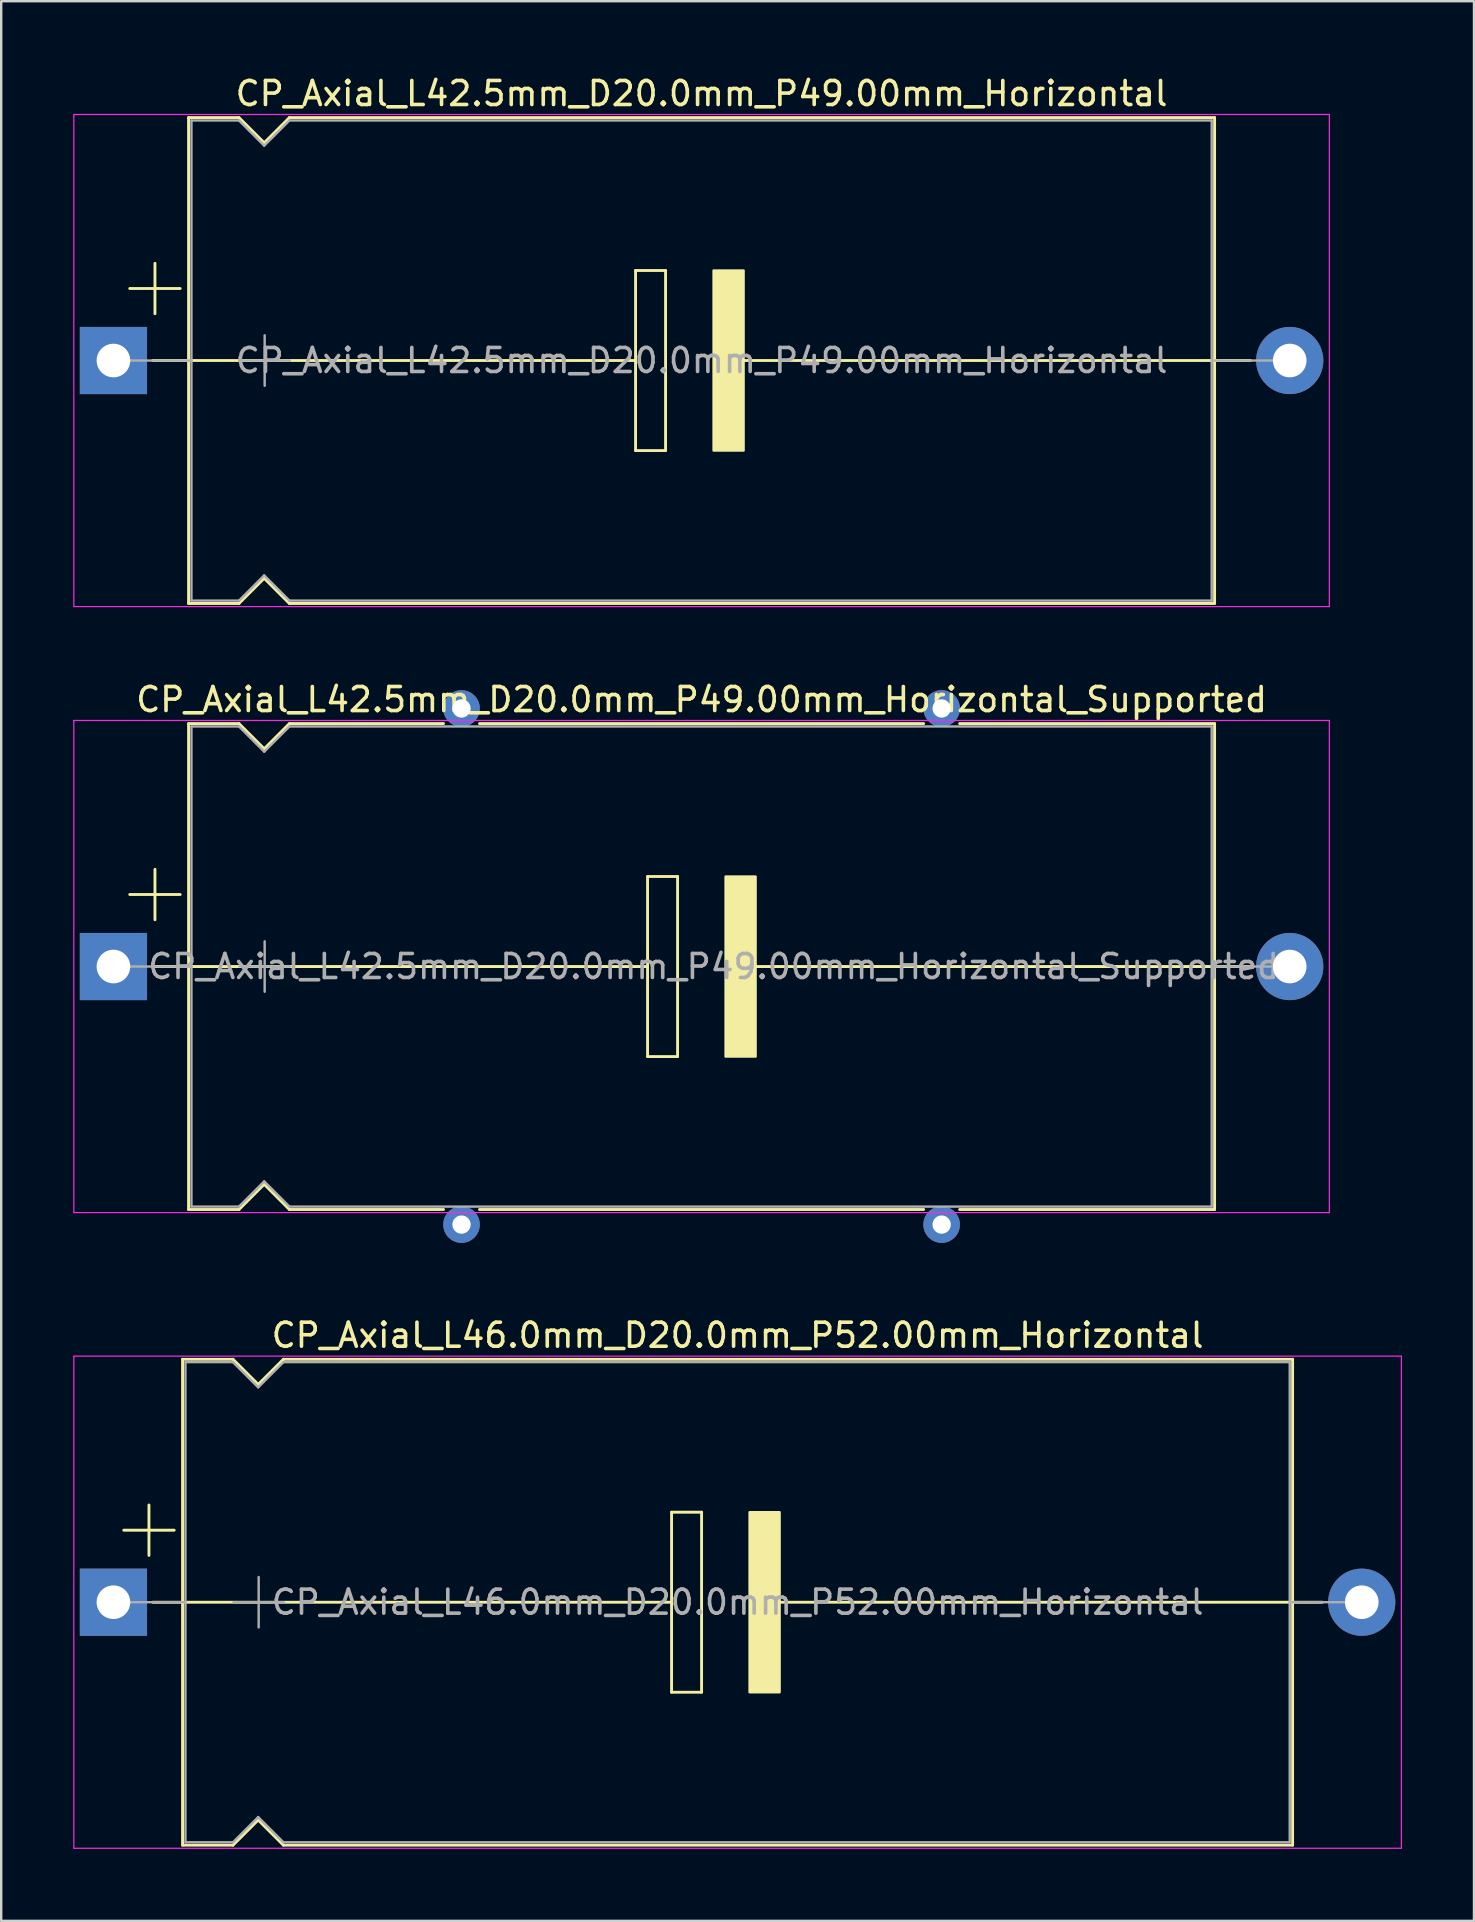
<source format=kicad_pcb>
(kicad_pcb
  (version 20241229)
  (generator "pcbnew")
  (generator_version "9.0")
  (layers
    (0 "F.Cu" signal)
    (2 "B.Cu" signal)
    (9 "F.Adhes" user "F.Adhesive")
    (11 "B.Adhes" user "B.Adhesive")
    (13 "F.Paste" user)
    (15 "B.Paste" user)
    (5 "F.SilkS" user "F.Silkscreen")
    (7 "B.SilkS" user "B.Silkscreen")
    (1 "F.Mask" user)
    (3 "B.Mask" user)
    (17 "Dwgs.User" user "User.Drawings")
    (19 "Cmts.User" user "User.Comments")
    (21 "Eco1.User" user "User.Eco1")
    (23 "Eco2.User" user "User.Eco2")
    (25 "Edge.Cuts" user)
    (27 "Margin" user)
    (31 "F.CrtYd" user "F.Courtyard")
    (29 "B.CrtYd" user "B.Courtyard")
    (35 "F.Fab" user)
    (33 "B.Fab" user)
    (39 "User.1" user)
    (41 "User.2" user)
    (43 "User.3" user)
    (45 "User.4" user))
  (footprint "CP_Axial_L42.5mm_D20.0mm_P49.00mm_Horizontal"
    (layer "F.Cu")
    (at 1.675 11.968)
    (property "Reference" "CP_Axial_L42.5mm_D20.0mm_P49.00mm_Horizontal" (at 24.5 -11.12 0) (layer "F.SilkS") (effects (font (size 1 1) (thickness 0.15))))
    (attr through_hole)
    (fp_line (start 0.68 -3) (end 2.78 -3) (stroke (width 0.12) (type solid)) (layer "F.SilkS"))
    (fp_line (start 1.64 0) (end 3.13 0) (stroke (width 0.12) (type solid)) (layer "F.SilkS"))
    (fp_line (start 1.73 -4.05) (end 1.73 -1.95) (stroke (width 0.12) (type solid)) (layer "F.SilkS"))
    (fp_line (start 3.13 -10.12) (end 3.13 10.12) (stroke (width 0.12) (type solid)) (layer "F.SilkS"))
    (fp_line (start 3.13 -10.12) (end 5.23 -10.12) (stroke (width 0.12) (type solid)) (layer "F.SilkS"))
    (fp_line (start 3.13 0) (end 21.75 0) (stroke (width 0.12) (type solid)) (layer "F.SilkS"))
    (fp_line (start 3.13 10.12) (end 5.23 10.12) (stroke (width 0.12) (type solid)) (layer "F.SilkS"))
    (fp_line (start 5.23 -10.12) (end 6.28 -9.07) (stroke (width 0.12) (type solid)) (layer "F.SilkS"))
    (fp_line (start 5.23 10.12) (end 6.28 9.07) (stroke (width 0.12) (type solid)) (layer "F.SilkS"))
    (fp_line (start 6.28 -9.07) (end 7.33 -10.12) (stroke (width 0.12) (type solid)) (layer "F.SilkS"))
    (fp_line (start 6.28 9.07) (end 7.33 10.12) (stroke (width 0.12) (type solid)) (layer "F.SilkS"))
    (fp_line (start 7.33 -10.12) (end 45.87 -10.12) (stroke (width 0.12) (type solid)) (layer "F.SilkS"))
    (fp_line (start 7.33 10.12) (end 45.87 10.12) (stroke (width 0.12) (type solid)) (layer "F.SilkS"))
    (fp_line (start 21.75 -3.75) (end 23 -3.75) (stroke (width 0.12) (type solid)) (layer "F.SilkS"))
    (fp_line (start 21.75 0) (end 21.75 -3.75) (stroke (width 0.12) (type solid)) (layer "F.SilkS"))
    (fp_line (start 21.75 3.75) (end 21.75 0) (stroke (width 0.12) (type solid)) (layer "F.SilkS"))
    (fp_line (start 23 -3.75) (end 23 3.75) (stroke (width 0.12) (type solid)) (layer "F.SilkS"))
    (fp_line (start 23 3.75) (end 21.75 3.75) (stroke (width 0.12) (type solid)) (layer "F.SilkS"))
    (fp_line (start 26.25 0) (end 45.87 0) (stroke (width 0.12) (type solid)) (layer "F.SilkS"))
    (fp_line (start 45.87 -10.12) (end 45.87 10.12) (stroke (width 0.12) (type solid)) (layer "F.SilkS"))
    (fp_line (start 47.36 0) (end 45.87 0) (stroke (width 0.12) (type solid)) (layer "F.SilkS"))
    (fp_poly (pts (xy 26.25 3.75) (xy 25 3.75) (xy 25 -3.75) (xy 26.25 -3.75)) (stroke (width 0.1) (type solid)) (fill yes) (layer "F.SilkS"))
    (fp_line (start -1.65 -10.25) (end -1.65 10.25) (stroke (width 0.05) (type solid)) (layer "F.CrtYd"))
    (fp_line (start -1.65 10.25) (end 50.65 10.25) (stroke (width 0.05) (type solid)) (layer "F.CrtYd"))
    (fp_line (start 50.65 -10.25) (end -1.65 -10.25) (stroke (width 0.05) (type solid)) (layer "F.CrtYd"))
    (fp_line (start 50.65 10.25) (end 50.65 -10.25) (stroke (width 0.05) (type solid)) (layer "F.CrtYd"))
    (fp_line (start 0 0) (end 3.25 0) (stroke (width 0.1) (type solid)) (layer "F.Fab"))
    (fp_line (start 3.25 -10) (end 3.25 10) (stroke (width 0.1) (type solid)) (layer "F.Fab"))
    (fp_line (start 3.25 -10) (end 5.23 -10) (stroke (width 0.1) (type solid)) (layer "F.Fab"))
    (fp_line (start 3.25 10) (end 5.23 10) (stroke (width 0.1) (type solid)) (layer "F.Fab"))
    (fp_line (start 5.23 -10) (end 6.28 -8.95) (stroke (width 0.1) (type solid)) (layer "F.Fab"))
    (fp_line (start 5.23 10) (end 6.28 8.95) (stroke (width 0.1) (type solid)) (layer "F.Fab"))
    (fp_line (start 5.25 0) (end 7.35 0) (stroke (width 0.1) (type solid)) (layer "F.Fab"))
    (fp_line (start 6.28 -8.95) (end 7.33 -10) (stroke (width 0.1) (type solid)) (layer "F.Fab"))
    (fp_line (start 6.28 8.95) (end 7.33 10) (stroke (width 0.1) (type solid)) (layer "F.Fab"))
    (fp_line (start 6.3 -1.05) (end 6.3 1.05) (stroke (width 0.1) (type solid)) (layer "F.Fab"))
    (fp_line (start 7.33 -10) (end 45.75 -10) (stroke (width 0.1) (type solid)) (layer "F.Fab"))
    (fp_line (start 7.33 10) (end 45.75 10) (stroke (width 0.1) (type solid)) (layer "F.Fab"))
    (fp_line (start 45.75 -10) (end 45.75 10) (stroke (width 0.1) (type solid)) (layer "F.Fab"))
    (fp_line (start 49 0) (end 45.75 0) (stroke (width 0.1) (type solid)) (layer "F.Fab"))
    (fp_text user "${REFERENCE}" (at 24.5 0 0) (layer "F.Fab") (effects (font (size 1 1) (thickness 0.15))))
    (pad "1" thru_hole rect (at 0 0) (size 2.8 2.8) (drill 1.4) (layers "*.Cu" "*.Mask"))
    (pad "2" thru_hole oval (at 49 0) (size 2.8 2.8) (drill 1.4) (layers "*.Cu" "*.Mask")))
  (footprint "CP_Axial_L46.0mm_D20.0mm_P52.00mm_Horizontal"
    (layer "F.Cu")
    (at 1.675 63.692)
    (property "Reference" "CP_Axial_L46.0mm_D20.0mm_P52.00mm_Horizontal" (at 26 -11.12 0) (layer "F.SilkS") (effects (font (size 1 1) (thickness 0.15))))
    (attr through_hole)
    (fp_line (start 0.43 -3) (end 2.53 -3) (stroke (width 0.12) (type solid)) (layer "F.SilkS"))
    (fp_line (start 1.48 -4.05) (end 1.48 -1.95) (stroke (width 0.12) (type solid)) (layer "F.SilkS"))
    (fp_line (start 1.64 0) (end 2.88 0) (stroke (width 0.12) (type solid)) (layer "F.SilkS"))
    (fp_line (start 2.88 -10.12) (end 2.88 10.12) (stroke (width 0.12) (type solid)) (layer "F.SilkS"))
    (fp_line (start 2.88 -10.12) (end 4.98 -10.12) (stroke (width 0.12) (type solid)) (layer "F.SilkS"))
    (fp_line (start 2.88 0) (end 23.25 0) (stroke (width 0.12) (type solid)) (layer "F.SilkS"))
    (fp_line (start 2.88 10.12) (end 4.98 10.12) (stroke (width 0.12) (type solid)) (layer "F.SilkS"))
    (fp_line (start 4.98 -10.12) (end 6.03 -9.07) (stroke (width 0.12) (type solid)) (layer "F.SilkS"))
    (fp_line (start 4.98 10.12) (end 6.03 9.07) (stroke (width 0.12) (type solid)) (layer "F.SilkS"))
    (fp_line (start 6.03 -9.07) (end 7.08 -10.12) (stroke (width 0.12) (type solid)) (layer "F.SilkS"))
    (fp_line (start 6.03 9.07) (end 7.08 10.12) (stroke (width 0.12) (type solid)) (layer "F.SilkS"))
    (fp_line (start 7.08 -10.12) (end 49.12 -10.12) (stroke (width 0.12) (type solid)) (layer "F.SilkS"))
    (fp_line (start 7.08 10.12) (end 49.12 10.12) (stroke (width 0.12) (type solid)) (layer "F.SilkS"))
    (fp_line (start 23.25 -3.75) (end 24.5 -3.75) (stroke (width 0.12) (type solid)) (layer "F.SilkS"))
    (fp_line (start 23.25 0) (end 23.25 -3.75) (stroke (width 0.12) (type solid)) (layer "F.SilkS"))
    (fp_line (start 23.25 3.75) (end 23.25 0) (stroke (width 0.12) (type solid)) (layer "F.SilkS"))
    (fp_line (start 24.5 -3.75) (end 24.5 3.75) (stroke (width 0.12) (type solid)) (layer "F.SilkS"))
    (fp_line (start 24.5 3.75) (end 23.25 3.75) (stroke (width 0.12) (type solid)) (layer "F.SilkS"))
    (fp_line (start 27.75 0) (end 49.12 0) (stroke (width 0.12) (type solid)) (layer "F.SilkS"))
    (fp_line (start 49.12 -10.12) (end 49.12 10.12) (stroke (width 0.12) (type solid)) (layer "F.SilkS"))
    (fp_line (start 50.36 0) (end 49.12 0) (stroke (width 0.12) (type solid)) (layer "F.SilkS"))
    (fp_poly (pts (xy 27.75 3.75) (xy 26.5 3.75) (xy 26.5 -3.75) (xy 27.75 -3.75)) (stroke (width 0.1) (type solid)) (fill yes) (layer "F.SilkS"))
    (fp_line (start -1.65 -10.25) (end -1.65 10.25) (stroke (width 0.05) (type solid)) (layer "F.CrtYd"))
    (fp_line (start -1.65 10.25) (end 53.65 10.25) (stroke (width 0.05) (type solid)) (layer "F.CrtYd"))
    (fp_line (start 53.65 -10.25) (end -1.65 -10.25) (stroke (width 0.05) (type solid)) (layer "F.CrtYd"))
    (fp_line (start 53.65 10.25) (end 53.65 -10.25) (stroke (width 0.05) (type solid)) (layer "F.CrtYd"))
    (fp_line (start 0 0) (end 3 0) (stroke (width 0.1) (type solid)) (layer "F.Fab"))
    (fp_line (start 3 -10) (end 3 10) (stroke (width 0.1) (type solid)) (layer "F.Fab"))
    (fp_line (start 3 -10) (end 4.98 -10) (stroke (width 0.1) (type solid)) (layer "F.Fab"))
    (fp_line (start 3 10) (end 4.98 10) (stroke (width 0.1) (type solid)) (layer "F.Fab"))
    (fp_line (start 4.98 -10) (end 6.03 -8.95) (stroke (width 0.1) (type solid)) (layer "F.Fab"))
    (fp_line (start 4.98 10) (end 6.03 8.95) (stroke (width 0.1) (type solid)) (layer "F.Fab"))
    (fp_line (start 5 0) (end 7.1 0) (stroke (width 0.1) (type solid)) (layer "F.Fab"))
    (fp_line (start 6.03 -8.95) (end 7.08 -10) (stroke (width 0.1) (type solid)) (layer "F.Fab"))
    (fp_line (start 6.03 8.95) (end 7.08 10) (stroke (width 0.1) (type solid)) (layer "F.Fab"))
    (fp_line (start 6.05 -1.05) (end 6.05 1.05) (stroke (width 0.1) (type solid)) (layer "F.Fab"))
    (fp_line (start 7.08 -10) (end 49 -10) (stroke (width 0.1) (type solid)) (layer "F.Fab"))
    (fp_line (start 7.08 10) (end 49 10) (stroke (width 0.1) (type solid)) (layer "F.Fab"))
    (fp_line (start 49 -10) (end 49 10) (stroke (width 0.1) (type solid)) (layer "F.Fab"))
    (fp_line (start 52 0) (end 49 0) (stroke (width 0.1) (type solid)) (layer "F.Fab"))
    (fp_text user "${REFERENCE}" (at 26 0 0) (layer "F.Fab") (effects (font (size 1 1) (thickness 0.15))))
    (pad "1" thru_hole rect (at 0 0) (size 2.8 2.8) (drill 1.4) (layers "*.Cu" "*.Mask"))
    (pad "2" thru_hole oval (at 52 0) (size 2.8 2.8) (drill 1.4) (layers "*.Cu" "*.Mask")))
  (footprint "CP_Axial_L42.5mm_D20.0mm_P49.00mm_Horizontal_Supported"
    (layer "F.Cu")
    (at 1.675 37.212)
    (property "Reference" "CP_Axial_L42.5mm_D20.0mm_P49.00mm_Horizontal_Supported" (at 24.5 -11.12 0) (layer "F.SilkS") (effects (font (size 1 1) (thickness 0.15))))
    (attr through_hole)
    (fp_line (start 0.68 -3) (end 2.78 -3) (stroke (width 0.12) (type solid)) (layer "F.SilkS"))
    (fp_line (start 1.64 0) (end 3.13 0) (stroke (width 0.12) (type solid)) (layer "F.SilkS"))
    (fp_line (start 1.73 -4.05) (end 1.73 -1.95) (stroke (width 0.12) (type solid)) (layer "F.SilkS"))
    (fp_line (start 3.13 -10.12) (end 3.13 10.12) (stroke (width 0.12) (type solid)) (layer "F.SilkS"))
    (fp_line (start 3.13 -10.12) (end 5.23 -10.12) (stroke (width 0.12) (type solid)) (layer "F.SilkS"))
    (fp_line (start 3.13 0) (end 22.25 0) (stroke (width 0.12) (type solid)) (layer "F.SilkS"))
    (fp_line (start 3.13 10.12) (end 5.23 10.12) (stroke (width 0.12) (type solid)) (layer "F.SilkS"))
    (fp_line (start 5.23 -10.12) (end 6.28 -9.07) (stroke (width 0.12) (type solid)) (layer "F.SilkS"))
    (fp_line (start 5.23 10.12) (end 6.28 9.07) (stroke (width 0.12) (type solid)) (layer "F.SilkS"))
    (fp_line (start 6.28 -9.07) (end 7.33 -10.12) (stroke (width 0.12) (type solid)) (layer "F.SilkS"))
    (fp_line (start 6.28 9.07) (end 7.33 10.12) (stroke (width 0.12) (type solid)) (layer "F.SilkS"))
    (fp_line (start 7.33 -10.12) (end 13.75 -10.12) (stroke (width 0.12) (type solid)) (layer "F.SilkS"))
    (fp_line (start 7.33 10.12) (end 13.75 10.12) (stroke (width 0.12) (type solid)) (layer "F.SilkS"))
    (fp_line (start 15.25 -10.12) (end 33.75 -10.12) (stroke (width 0.12) (type solid)) (layer "F.SilkS"))
    (fp_line (start 15.25 10.12) (end 33.75 10.12) (stroke (width 0.12) (type solid)) (layer "F.SilkS"))
    (fp_line (start 22.25 -3.75) (end 23.5 -3.75) (stroke (width 0.12) (type solid)) (layer "F.SilkS"))
    (fp_line (start 22.25 0) (end 22.25 -3.75) (stroke (width 0.12) (type solid)) (layer "F.SilkS"))
    (fp_line (start 22.25 3.75) (end 22.25 0) (stroke (width 0.12) (type solid)) (layer "F.SilkS"))
    (fp_line (start 23.5 -3.75) (end 23.5 3.75) (stroke (width 0.12) (type solid)) (layer "F.SilkS"))
    (fp_line (start 23.5 3.75) (end 22.25 3.75) (stroke (width 0.12) (type solid)) (layer "F.SilkS"))
    (fp_line (start 26.25 0) (end 45.87 0) (stroke (width 0.12) (type solid)) (layer "F.SilkS"))
    (fp_line (start 35.25 -10.12) (end 45.87 -10.12) (stroke (width 0.12) (type solid)) (layer "F.SilkS"))
    (fp_line (start 35.25 10.12) (end 45.87 10.12) (stroke (width 0.12) (type solid)) (layer "F.SilkS"))
    (fp_line (start 45.87 -10.12) (end 45.87 10.12) (stroke (width 0.12) (type solid)) (layer "F.SilkS"))
    (fp_line (start 47.36 0) (end 45.87 0) (stroke (width 0.12) (type solid)) (layer "F.SilkS"))
    (fp_poly (pts (xy 26.75 3.75) (xy 25.5 3.75) (xy 25.5 -3.75) (xy 26.75 -3.75)) (stroke (width 0.1) (type solid)) (fill yes) (layer "F.SilkS"))
    (fp_line (start -1.65 -10.25) (end -1.65 10.25) (stroke (width 0.05) (type solid)) (layer "F.CrtYd"))
    (fp_line (start -1.65 10.25) (end 50.65 10.25) (stroke (width 0.05) (type solid)) (layer "F.CrtYd"))
    (fp_line (start 50.65 -10.25) (end -1.65 -10.25) (stroke (width 0.05) (type solid)) (layer "F.CrtYd"))
    (fp_line (start 50.65 10.25) (end 50.65 -10.25) (stroke (width 0.05) (type solid)) (layer "F.CrtYd"))
    (fp_line (start 0 0) (end 3.25 0) (stroke (width 0.1) (type solid)) (layer "F.Fab"))
    (fp_line (start 3.25 -10) (end 3.25 10) (stroke (width 0.1) (type solid)) (layer "F.Fab"))
    (fp_line (start 3.25 -10) (end 5.23 -10) (stroke (width 0.1) (type solid)) (layer "F.Fab"))
    (fp_line (start 3.25 10) (end 5.23 10) (stroke (width 0.1) (type solid)) (layer "F.Fab"))
    (fp_line (start 5.23 -10) (end 6.28 -8.95) (stroke (width 0.1) (type solid)) (layer "F.Fab"))
    (fp_line (start 5.23 10) (end 6.28 8.95) (stroke (width 0.1) (type solid)) (layer "F.Fab"))
    (fp_line (start 5.25 0) (end 7.35 0) (stroke (width 0.1) (type solid)) (layer "F.Fab"))
    (fp_line (start 6.28 -8.95) (end 7.33 -10) (stroke (width 0.1) (type solid)) (layer "F.Fab"))
    (fp_line (start 6.28 8.95) (end 7.33 10) (stroke (width 0.1) (type solid)) (layer "F.Fab"))
    (fp_line (start 6.3 -1.05) (end 6.3 1.05) (stroke (width 0.1) (type solid)) (layer "F.Fab"))
    (fp_line (start 7.33 -10) (end 45.75 -10) (stroke (width 0.1) (type solid)) (layer "F.Fab"))
    (fp_line (start 7.33 10) (end 45.75 10) (stroke (width 0.1) (type solid)) (layer "F.Fab"))
    (fp_line (start 45.75 -10) (end 45.75 10) (stroke (width 0.1) (type solid)) (layer "F.Fab"))
    (fp_line (start 49 0) (end 45.75 0) (stroke (width 0.1) (type solid)) (layer "F.Fab"))
    (fp_text user "${REFERENCE}" (at 25 0 0) (layer "F.Fab") (effects (font (size 1 1) (thickness 0.15))))
    (pad "" thru_hole circle (at 14.5 -10.75) (size 1.524 1.524) (drill 0.762) (layers "*.Cu" "*.Mask"))
    (pad "" thru_hole circle (at 14.5 10.75) (size 1.524 1.524) (drill 0.762) (layers "*.Cu" "*.Mask"))
    (pad "" thru_hole circle (at 34.5 -10.75) (size 1.524 1.524) (drill 0.762) (layers "*.Cu" "*.Mask"))
    (pad "" thru_hole circle (at 34.5 10.75) (size 1.524 1.524) (drill 0.762) (layers "*.Cu" "*.Mask"))
    (pad "1" thru_hole rect (at 0 0) (size 2.8 2.8) (drill 1.4) (layers "*.Cu" "*.Mask"))
    (pad "2" thru_hole oval (at 49 0) (size 2.8 2.8) (drill 1.4) (layers "*.Cu" "*.Mask")))
  (gr_rect
    (start -3 -3)
    (end 58.35 76.967)
    (stroke (width 0.1) (type default))
    (fill no)
    (layer "Edge.Cuts")))
</source>
